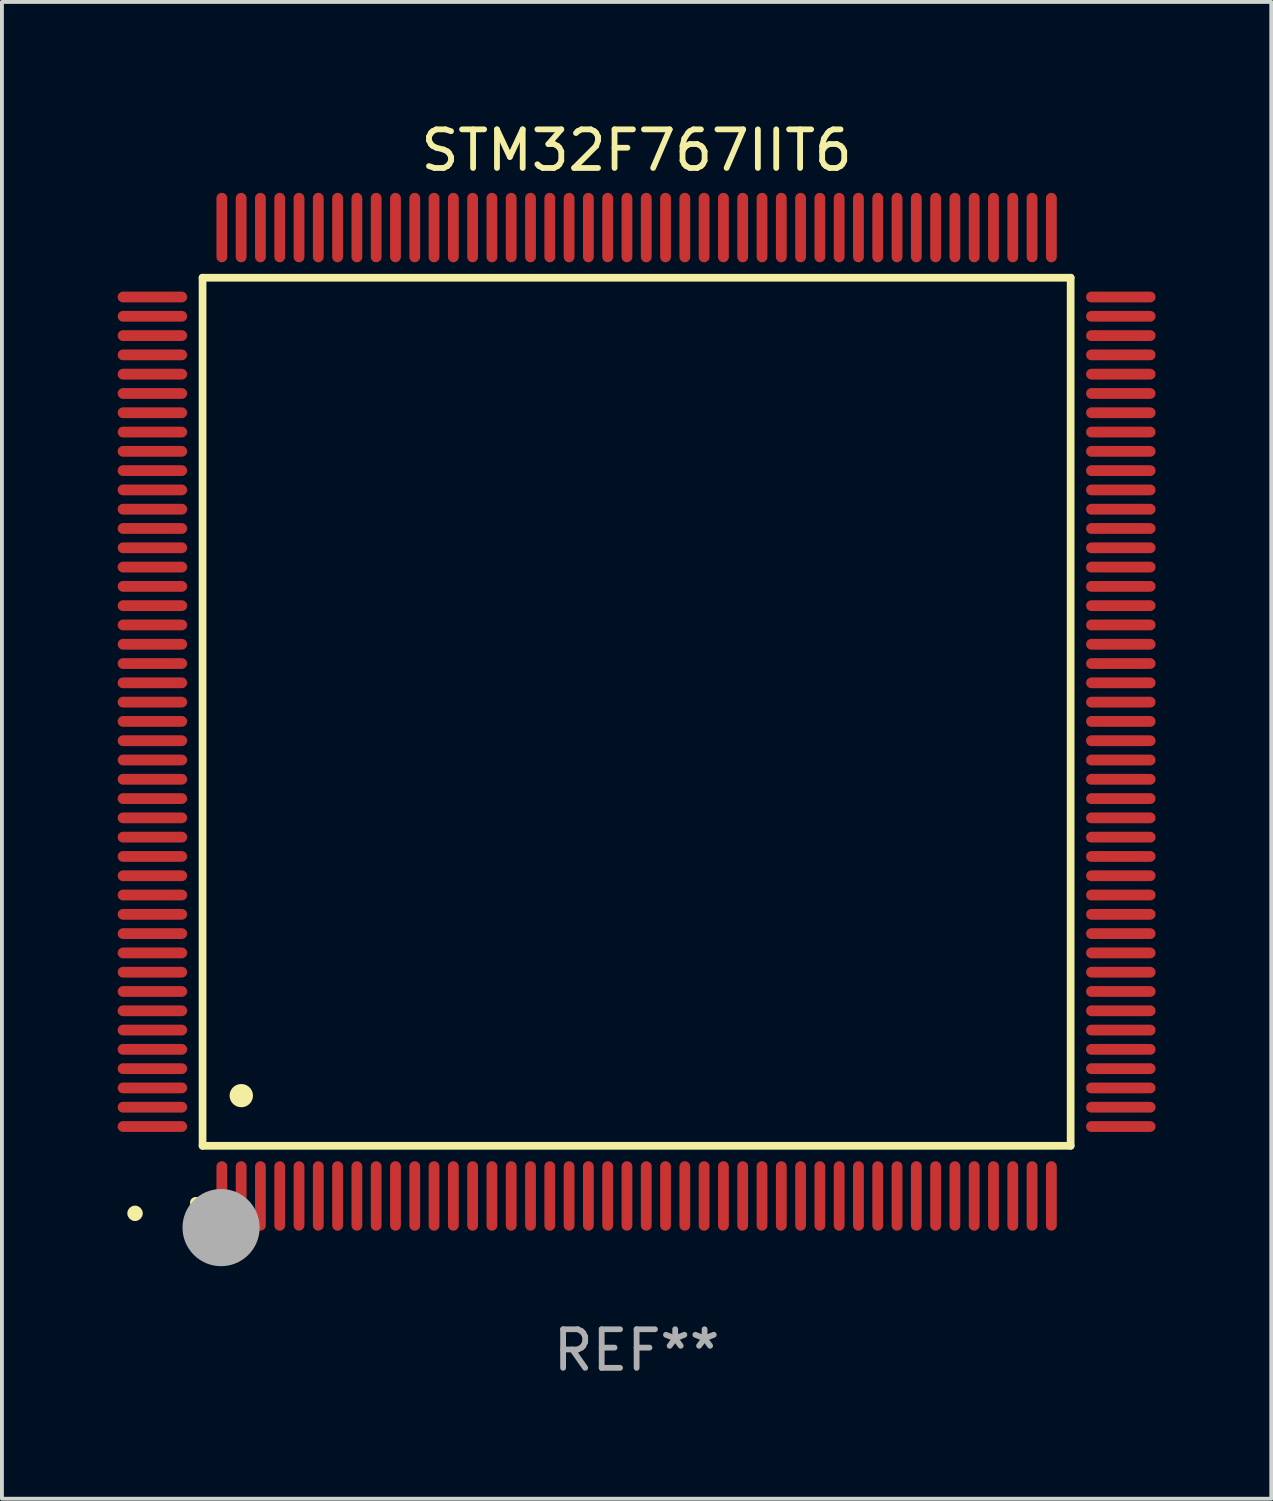
<source format=kicad_pcb>
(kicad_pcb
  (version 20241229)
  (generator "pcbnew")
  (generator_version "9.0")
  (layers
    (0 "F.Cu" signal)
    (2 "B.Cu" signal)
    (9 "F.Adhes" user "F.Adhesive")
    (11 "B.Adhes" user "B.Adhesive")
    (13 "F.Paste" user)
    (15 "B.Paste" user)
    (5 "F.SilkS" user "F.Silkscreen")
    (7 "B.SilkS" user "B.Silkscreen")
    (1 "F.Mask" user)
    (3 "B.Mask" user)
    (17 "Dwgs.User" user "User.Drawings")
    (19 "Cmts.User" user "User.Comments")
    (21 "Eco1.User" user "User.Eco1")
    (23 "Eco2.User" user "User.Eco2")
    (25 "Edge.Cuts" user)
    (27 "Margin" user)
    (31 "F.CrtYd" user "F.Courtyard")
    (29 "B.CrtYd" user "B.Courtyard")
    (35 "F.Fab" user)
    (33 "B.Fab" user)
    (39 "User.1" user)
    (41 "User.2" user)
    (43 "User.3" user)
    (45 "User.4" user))
  (footprint "STM32F767IIT6"
    (layer "F.Cu")
    (at 13.45 15.398)
    (property "Reference" "STM32F767IIT6" (at 0 -14.55 0) (layer "F.SilkS") (effects (font (size 1 1) (thickness 0.15))))
    (attr through_hole)
    (fp_line (start -11.25 -11.25) (end 11.25 -11.25) (stroke (width 0.2) (type solid)) (layer "F.SilkS"))
    (fp_line (start -11.25 11.25) (end -11.25 -11.25) (stroke (width 0.2) (type solid)) (layer "F.SilkS"))
    (fp_line (start 11.25 -11.25) (end 11.25 11.25) (stroke (width 0.2) (type solid)) (layer "F.SilkS"))
    (fp_line (start 11.25 11.25) (end -11.25 11.25) (stroke (width 0.2) (type solid)) (layer "F.SilkS"))
    (fp_arc (start -11.424943 12.725425) (mid -11.423673 12.72542) (end -11.422403 12.725425) (stroke (width 0.3) (type solid)) (layer "F.SilkS"))
    (fp_arc (start -10.24892 9.9492) (mid -10.24638 9.949189) (end -10.24384 9.9492) (stroke (width 0.6) (type solid)) (layer "F.SilkS"))
    (fp_circle (center -13 13) (end -12.9 13) (stroke (width 0.2) (type solid)) (fill no) (layer "F.SilkS"))
    (fp_circle (center -10.77 13.37) (end -10.27 13.37) (stroke (width 1) (type solid)) (fill no) (layer "F.Fab"))
    (fp_text user "REF**" (at 0 16.55 0) (layer "F.Fab") (effects (font (size 1 1) (thickness 0.15))))
    (pad "1" smd oval (at -10.75 12.55) (size 0.28 1.8) (layers "F.Cu" "F.Mask" "F.Paste"))
    (pad "2" smd oval (at -10.25 12.55) (size 0.28 1.8) (layers "F.Cu" "F.Mask" "F.Paste"))
    (pad "3" smd oval (at -9.75 12.55) (size 0.28 1.8) (layers "F.Cu" "F.Mask" "F.Paste"))
    (pad "4" smd oval (at -9.25 12.55) (size 0.28 1.8) (layers "F.Cu" "F.Mask" "F.Paste"))
    (pad "5" smd oval (at -8.75 12.55) (size 0.28 1.8) (layers "F.Cu" "F.Mask" "F.Paste"))
    (pad "6" smd oval (at -8.25 12.55) (size 0.28 1.8) (layers "F.Cu" "F.Mask" "F.Paste"))
    (pad "7" smd oval (at -7.75 12.55) (size 0.28 1.8) (layers "F.Cu" "F.Mask" "F.Paste"))
    (pad "8" smd oval (at -7.25 12.55) (size 0.28 1.8) (layers "F.Cu" "F.Mask" "F.Paste"))
    (pad "9" smd oval (at -6.75 12.55) (size 0.28 1.8) (layers "F.Cu" "F.Mask" "F.Paste"))
    (pad "10" smd oval (at -6.25 12.55) (size 0.28 1.8) (layers "F.Cu" "F.Mask" "F.Paste"))
    (pad "11" smd oval (at -5.75 12.55) (size 0.28 1.8) (layers "F.Cu" "F.Mask" "F.Paste"))
    (pad "12" smd oval (at -5.25 12.55) (size 0.28 1.8) (layers "F.Cu" "F.Mask" "F.Paste"))
    (pad "13" smd oval (at -4.75 12.55) (size 0.28 1.8) (layers "F.Cu" "F.Mask" "F.Paste"))
    (pad "14" smd oval (at -4.25 12.55) (size 0.28 1.8) (layers "F.Cu" "F.Mask" "F.Paste"))
    (pad "15" smd oval (at -3.75 12.55) (size 0.28 1.8) (layers "F.Cu" "F.Mask" "F.Paste"))
    (pad "16" smd oval (at -3.25 12.55) (size 0.28 1.8) (layers "F.Cu" "F.Mask" "F.Paste"))
    (pad "17" smd oval (at -2.75 12.55) (size 0.28 1.8) (layers "F.Cu" "F.Mask" "F.Paste"))
    (pad "18" smd oval (at -2.25 12.55) (size 0.28 1.8) (layers "F.Cu" "F.Mask" "F.Paste"))
    (pad "19" smd oval (at -1.75 12.55) (size 0.28 1.8) (layers "F.Cu" "F.Mask" "F.Paste"))
    (pad "20" smd oval (at -1.25 12.55) (size 0.28 1.8) (layers "F.Cu" "F.Mask" "F.Paste"))
    (pad "21" smd oval (at -0.75 12.55) (size 0.28 1.8) (layers "F.Cu" "F.Mask" "F.Paste"))
    (pad "22" smd oval (at -0.25 12.55) (size 0.28 1.8) (layers "F.Cu" "F.Mask" "F.Paste"))
    (pad "23" smd oval (at 0.25 12.55) (size 0.28 1.8) (layers "F.Cu" "F.Mask" "F.Paste"))
    (pad "24" smd oval (at 0.75 12.55) (size 0.28 1.8) (layers "F.Cu" "F.Mask" "F.Paste"))
    (pad "25" smd oval (at 1.25 12.55) (size 0.28 1.8) (layers "F.Cu" "F.Mask" "F.Paste"))
    (pad "26" smd oval (at 1.75 12.55) (size 0.28 1.8) (layers "F.Cu" "F.Mask" "F.Paste"))
    (pad "27" smd oval (at 2.25 12.55) (size 0.28 1.8) (layers "F.Cu" "F.Mask" "F.Paste"))
    (pad "28" smd oval (at 2.75 12.55) (size 0.28 1.8) (layers "F.Cu" "F.Mask" "F.Paste"))
    (pad "29" smd oval (at 3.25 12.55) (size 0.28 1.8) (layers "F.Cu" "F.Mask" "F.Paste"))
    (pad "30" smd oval (at 3.75 12.55) (size 0.28 1.8) (layers "F.Cu" "F.Mask" "F.Paste"))
    (pad "31" smd oval (at 4.25 12.55) (size 0.28 1.8) (layers "F.Cu" "F.Mask" "F.Paste"))
    (pad "32" smd oval (at 4.75 12.55) (size 0.28 1.8) (layers "F.Cu" "F.Mask" "F.Paste"))
    (pad "33" smd oval (at 5.25 12.55) (size 0.28 1.8) (layers "F.Cu" "F.Mask" "F.Paste"))
    (pad "34" smd oval (at 5.75 12.55) (size 0.28 1.8) (layers "F.Cu" "F.Mask" "F.Paste"))
    (pad "35" smd oval (at 6.25 12.55) (size 0.28 1.8) (layers "F.Cu" "F.Mask" "F.Paste"))
    (pad "36" smd oval (at 6.75 12.55) (size 0.28 1.8) (layers "F.Cu" "F.Mask" "F.Paste"))
    (pad "37" smd oval (at 7.25 12.55) (size 0.28 1.8) (layers "F.Cu" "F.Mask" "F.Paste"))
    (pad "38" smd oval (at 7.75 12.55) (size 0.28 1.8) (layers "F.Cu" "F.Mask" "F.Paste"))
    (pad "39" smd oval (at 8.25 12.55) (size 0.28 1.8) (layers "F.Cu" "F.Mask" "F.Paste"))
    (pad "40" smd oval (at 8.75 12.55) (size 0.28 1.8) (layers "F.Cu" "F.Mask" "F.Paste"))
    (pad "41" smd oval (at 9.25 12.55) (size 0.28 1.8) (layers "F.Cu" "F.Mask" "F.Paste"))
    (pad "42" smd oval (at 9.75 12.55) (size 0.28 1.8) (layers "F.Cu" "F.Mask" "F.Paste"))
    (pad "43" smd oval (at 10.25 12.55) (size 0.28 1.8) (layers "F.Cu" "F.Mask" "F.Paste"))
    (pad "44" smd oval (at 10.75 12.55) (size 0.28 1.8) (layers "F.Cu" "F.Mask" "F.Paste"))
    (pad "45" smd oval (at 12.55 10.75) (size 1.8 0.28) (layers "F.Cu" "F.Mask" "F.Paste"))
    (pad "46" smd oval (at 12.55 10.25) (size 1.8 0.28) (layers "F.Cu" "F.Mask" "F.Paste"))
    (pad "47" smd oval (at 12.55 9.75) (size 1.8 0.28) (layers "F.Cu" "F.Mask" "F.Paste"))
    (pad "48" smd oval (at 12.55 9.25) (size 1.8 0.28) (layers "F.Cu" "F.Mask" "F.Paste"))
    (pad "49" smd oval (at 12.55 8.75) (size 1.8 0.28) (layers "F.Cu" "F.Mask" "F.Paste"))
    (pad "50" smd oval (at 12.55 8.25) (size 1.8 0.28) (layers "F.Cu" "F.Mask" "F.Paste"))
    (pad "51" smd oval (at 12.55 7.75) (size 1.8 0.28) (layers "F.Cu" "F.Mask" "F.Paste"))
    (pad "52" smd oval (at 12.55 7.25) (size 1.8 0.28) (layers "F.Cu" "F.Mask" "F.Paste"))
    (pad "53" smd oval (at 12.55 6.75) (size 1.8 0.28) (layers "F.Cu" "F.Mask" "F.Paste"))
    (pad "54" smd oval (at 12.55 6.25) (size 1.8 0.28) (layers "F.Cu" "F.Mask" "F.Paste"))
    (pad "55" smd oval (at 12.55 5.75) (size 1.8 0.28) (layers "F.Cu" "F.Mask" "F.Paste"))
    (pad "56" smd oval (at 12.55 5.25) (size 1.8 0.28) (layers "F.Cu" "F.Mask" "F.Paste"))
    (pad "57" smd oval (at 12.55 4.75) (size 1.8 0.28) (layers "F.Cu" "F.Mask" "F.Paste"))
    (pad "58" smd oval (at 12.55 4.25) (size 1.8 0.28) (layers "F.Cu" "F.Mask" "F.Paste"))
    (pad "59" smd oval (at 12.55 3.75) (size 1.8 0.28) (layers "F.Cu" "F.Mask" "F.Paste"))
    (pad "60" smd oval (at 12.55 3.25) (size 1.8 0.28) (layers "F.Cu" "F.Mask" "F.Paste"))
    (pad "61" smd oval (at 12.55 2.75) (size 1.8 0.28) (layers "F.Cu" "F.Mask" "F.Paste"))
    (pad "62" smd oval (at 12.55 2.25) (size 1.8 0.28) (layers "F.Cu" "F.Mask" "F.Paste"))
    (pad "63" smd oval (at 12.55 1.75) (size 1.8 0.28) (layers "F.Cu" "F.Mask" "F.Paste"))
    (pad "64" smd oval (at 12.55 1.25) (size 1.8 0.28) (layers "F.Cu" "F.Mask" "F.Paste"))
    (pad "65" smd oval (at 12.55 0.75) (size 1.8 0.28) (layers "F.Cu" "F.Mask" "F.Paste"))
    (pad "66" smd oval (at 12.55 0.25) (size 1.8 0.28) (layers "F.Cu" "F.Mask" "F.Paste"))
    (pad "67" smd oval (at 12.55 -0.25) (size 1.8 0.28) (layers "F.Cu" "F.Mask" "F.Paste"))
    (pad "68" smd oval (at 12.55 -0.75) (size 1.8 0.28) (layers "F.Cu" "F.Mask" "F.Paste"))
    (pad "69" smd oval (at 12.55 -1.25) (size 1.8 0.28) (layers "F.Cu" "F.Mask" "F.Paste"))
    (pad "70" smd oval (at 12.55 -1.75) (size 1.8 0.28) (layers "F.Cu" "F.Mask" "F.Paste"))
    (pad "71" smd oval (at 12.55 -2.25) (size 1.8 0.28) (layers "F.Cu" "F.Mask" "F.Paste"))
    (pad "72" smd oval (at 12.55 -2.75) (size 1.8 0.28) (layers "F.Cu" "F.Mask" "F.Paste"))
    (pad "73" smd oval (at 12.55 -3.25) (size 1.8 0.28) (layers "F.Cu" "F.Mask" "F.Paste"))
    (pad "74" smd oval (at 12.55 -3.75) (size 1.8 0.28) (layers "F.Cu" "F.Mask" "F.Paste"))
    (pad "75" smd oval (at 12.55 -4.25) (size 1.8 0.28) (layers "F.Cu" "F.Mask" "F.Paste"))
    (pad "76" smd oval (at 12.55 -4.75) (size 1.8 0.28) (layers "F.Cu" "F.Mask" "F.Paste"))
    (pad "77" smd oval (at 12.55 -5.25) (size 1.8 0.28) (layers "F.Cu" "F.Mask" "F.Paste"))
    (pad "78" smd oval (at 12.55 -5.75) (size 1.8 0.28) (layers "F.Cu" "F.Mask" "F.Paste"))
    (pad "79" smd oval (at 12.55 -6.25) (size 1.8 0.28) (layers "F.Cu" "F.Mask" "F.Paste"))
    (pad "80" smd oval (at 12.55 -6.75) (size 1.8 0.28) (layers "F.Cu" "F.Mask" "F.Paste"))
    (pad "81" smd oval (at 12.55 -7.25) (size 1.8 0.28) (layers "F.Cu" "F.Mask" "F.Paste"))
    (pad "82" smd oval (at 12.55 -7.75) (size 1.8 0.28) (layers "F.Cu" "F.Mask" "F.Paste"))
    (pad "83" smd oval (at 12.55 -8.25) (size 1.8 0.28) (layers "F.Cu" "F.Mask" "F.Paste"))
    (pad "84" smd oval (at 12.55 -8.75) (size 1.8 0.28) (layers "F.Cu" "F.Mask" "F.Paste"))
    (pad "85" smd oval (at 12.55 -9.25) (size 1.8 0.28) (layers "F.Cu" "F.Mask" "F.Paste"))
    (pad "86" smd oval (at 12.55 -9.75) (size 1.8 0.28) (layers "F.Cu" "F.Mask" "F.Paste"))
    (pad "87" smd oval (at 12.55 -10.25) (size 1.8 0.28) (layers "F.Cu" "F.Mask" "F.Paste"))
    (pad "88" smd oval (at 12.55 -10.75) (size 1.8 0.28) (layers "F.Cu" "F.Mask" "F.Paste"))
    (pad "89" smd oval (at 10.75 -12.55) (size 0.28 1.8) (layers "F.Cu" "F.Mask" "F.Paste"))
    (pad "90" smd oval (at 10.25 -12.55) (size 0.28 1.8) (layers "F.Cu" "F.Mask" "F.Paste"))
    (pad "91" smd oval (at 9.75 -12.55) (size 0.28 1.8) (layers "F.Cu" "F.Mask" "F.Paste"))
    (pad "92" smd oval (at 9.25 -12.55) (size 0.28 1.8) (layers "F.Cu" "F.Mask" "F.Paste"))
    (pad "93" smd oval (at 8.75 -12.55) (size 0.28 1.8) (layers "F.Cu" "F.Mask" "F.Paste"))
    (pad "94" smd oval (at 8.25 -12.55) (size 0.28 1.8) (layers "F.Cu" "F.Mask" "F.Paste"))
    (pad "95" smd oval (at 7.75 -12.55) (size 0.28 1.8) (layers "F.Cu" "F.Mask" "F.Paste"))
    (pad "96" smd oval (at 7.25 -12.55) (size 0.28 1.8) (layers "F.Cu" "F.Mask" "F.Paste"))
    (pad "97" smd oval (at 6.75 -12.55) (size 0.28 1.8) (layers "F.Cu" "F.Mask" "F.Paste"))
    (pad "98" smd oval (at 6.25 -12.55) (size 0.28 1.8) (layers "F.Cu" "F.Mask" "F.Paste"))
    (pad "99" smd oval (at 5.75 -12.55) (size 0.28 1.8) (layers "F.Cu" "F.Mask" "F.Paste"))
    (pad "100" smd oval (at 5.25 -12.55) (size 0.28 1.8) (layers "F.Cu" "F.Mask" "F.Paste"))
    (pad "101" smd oval (at 4.75 -12.55) (size 0.28 1.8) (layers "F.Cu" "F.Mask" "F.Paste"))
    (pad "102" smd oval (at 4.25 -12.55) (size 0.28 1.8) (layers "F.Cu" "F.Mask" "F.Paste"))
    (pad "103" smd oval (at 3.75 -12.55) (size 0.28 1.8) (layers "F.Cu" "F.Mask" "F.Paste"))
    (pad "104" smd oval (at 3.25 -12.55) (size 0.28 1.8) (layers "F.Cu" "F.Mask" "F.Paste"))
    (pad "105" smd oval (at 2.75 -12.55) (size 0.28 1.8) (layers "F.Cu" "F.Mask" "F.Paste"))
    (pad "106" smd oval (at 2.25 -12.55) (size 0.28 1.8) (layers "F.Cu" "F.Mask" "F.Paste"))
    (pad "107" smd oval (at 1.75 -12.55) (size 0.28 1.8) (layers "F.Cu" "F.Mask" "F.Paste"))
    (pad "108" smd oval (at 1.25 -12.55) (size 0.28 1.8) (layers "F.Cu" "F.Mask" "F.Paste"))
    (pad "109" smd oval (at 0.75 -12.55) (size 0.28 1.8) (layers "F.Cu" "F.Mask" "F.Paste"))
    (pad "110" smd oval (at 0.25 -12.55) (size 0.28 1.8) (layers "F.Cu" "F.Mask" "F.Paste"))
    (pad "111" smd oval (at -0.25 -12.55) (size 0.28 1.8) (layers "F.Cu" "F.Mask" "F.Paste"))
    (pad "112" smd oval (at -0.75 -12.55) (size 0.28 1.8) (layers "F.Cu" "F.Mask" "F.Paste"))
    (pad "113" smd oval (at -1.25 -12.55) (size 0.28 1.8) (layers "F.Cu" "F.Mask" "F.Paste"))
    (pad "114" smd oval (at -1.75 -12.55) (size 0.28 1.8) (layers "F.Cu" "F.Mask" "F.Paste"))
    (pad "115" smd oval (at -2.25 -12.55) (size 0.28 1.8) (layers "F.Cu" "F.Mask" "F.Paste"))
    (pad "116" smd oval (at -2.75 -12.55) (size 0.28 1.8) (layers "F.Cu" "F.Mask" "F.Paste"))
    (pad "117" smd oval (at -3.25 -12.55) (size 0.28 1.8) (layers "F.Cu" "F.Mask" "F.Paste"))
    (pad "118" smd oval (at -3.75 -12.55) (size 0.28 1.8) (layers "F.Cu" "F.Mask" "F.Paste"))
    (pad "119" smd oval (at -4.25 -12.55) (size 0.28 1.8) (layers "F.Cu" "F.Mask" "F.Paste"))
    (pad "120" smd oval (at -4.75 -12.55) (size 0.28 1.8) (layers "F.Cu" "F.Mask" "F.Paste"))
    (pad "121" smd oval (at -5.25 -12.55) (size 0.28 1.8) (layers "F.Cu" "F.Mask" "F.Paste"))
    (pad "122" smd oval (at -5.75 -12.55) (size 0.28 1.8) (layers "F.Cu" "F.Mask" "F.Paste"))
    (pad "123" smd oval (at -6.25 -12.55) (size 0.28 1.8) (layers "F.Cu" "F.Mask" "F.Paste"))
    (pad "124" smd oval (at -6.75 -12.55) (size 0.28 1.8) (layers "F.Cu" "F.Mask" "F.Paste"))
    (pad "125" smd oval (at -7.25 -12.55) (size 0.28 1.8) (layers "F.Cu" "F.Mask" "F.Paste"))
    (pad "126" smd oval (at -7.75 -12.55) (size 0.28 1.8) (layers "F.Cu" "F.Mask" "F.Paste"))
    (pad "127" smd oval (at -8.25 -12.55) (size 0.28 1.8) (layers "F.Cu" "F.Mask" "F.Paste"))
    (pad "128" smd oval (at -8.75 -12.55) (size 0.28 1.8) (layers "F.Cu" "F.Mask" "F.Paste"))
    (pad "129" smd oval (at -9.25 -12.55) (size 0.28 1.8) (layers "F.Cu" "F.Mask" "F.Paste"))
    (pad "130" smd oval (at -9.75 -12.55) (size 0.28 1.8) (layers "F.Cu" "F.Mask" "F.Paste"))
    (pad "131" smd oval (at -10.25 -12.55) (size 0.28 1.8) (layers "F.Cu" "F.Mask" "F.Paste"))
    (pad "132" smd oval (at -10.75 -12.55) (size 0.28 1.8) (layers "F.Cu" "F.Mask" "F.Paste"))
    (pad "133" smd oval (at -12.55 -10.75) (size 1.8 0.28) (layers "F.Cu" "F.Mask" "F.Paste"))
    (pad "134" smd oval (at -12.55 -10.25) (size 1.8 0.28) (layers "F.Cu" "F.Mask" "F.Paste"))
    (pad "135" smd oval (at -12.55 -9.75) (size 1.8 0.28) (layers "F.Cu" "F.Mask" "F.Paste"))
    (pad "136" smd oval (at -12.55 -9.25) (size 1.8 0.28) (layers "F.Cu" "F.Mask" "F.Paste"))
    (pad "137" smd oval (at -12.55 -8.75) (size 1.8 0.28) (layers "F.Cu" "F.Mask" "F.Paste"))
    (pad "138" smd oval (at -12.55 -8.25) (size 1.8 0.28) (layers "F.Cu" "F.Mask" "F.Paste"))
    (pad "139" smd oval (at -12.55 -7.75) (size 1.8 0.28) (layers "F.Cu" "F.Mask" "F.Paste"))
    (pad "140" smd oval (at -12.55 -7.25) (size 1.8 0.28) (layers "F.Cu" "F.Mask" "F.Paste"))
    (pad "141" smd oval (at -12.55 -6.75) (size 1.8 0.28) (layers "F.Cu" "F.Mask" "F.Paste"))
    (pad "142" smd oval (at -12.55 -6.25) (size 1.8 0.28) (layers "F.Cu" "F.Mask" "F.Paste"))
    (pad "143" smd oval (at -12.55 -5.75) (size 1.8 0.28) (layers "F.Cu" "F.Mask" "F.Paste"))
    (pad "144" smd oval (at -12.55 -5.25) (size 1.8 0.28) (layers "F.Cu" "F.Mask" "F.Paste"))
    (pad "145" smd oval (at -12.55 -4.75) (size 1.8 0.28) (layers "F.Cu" "F.Mask" "F.Paste"))
    (pad "146" smd oval (at -12.55 -4.25) (size 1.8 0.28) (layers "F.Cu" "F.Mask" "F.Paste"))
    (pad "147" smd oval (at -12.55 -3.75) (size 1.8 0.28) (layers "F.Cu" "F.Mask" "F.Paste"))
    (pad "148" smd oval (at -12.55 -3.25) (size 1.8 0.28) (layers "F.Cu" "F.Mask" "F.Paste"))
    (pad "149" smd oval (at -12.55 -2.75) (size 1.8 0.28) (layers "F.Cu" "F.Mask" "F.Paste"))
    (pad "150" smd oval (at -12.55 -2.25) (size 1.8 0.28) (layers "F.Cu" "F.Mask" "F.Paste"))
    (pad "151" smd oval (at -12.55 -1.75) (size 1.8 0.28) (layers "F.Cu" "F.Mask" "F.Paste"))
    (pad "152" smd oval (at -12.55 -1.25) (size 1.8 0.28) (layers "F.Cu" "F.Mask" "F.Paste"))
    (pad "153" smd oval (at -12.55 -0.75) (size 1.8 0.28) (layers "F.Cu" "F.Mask" "F.Paste"))
    (pad "154" smd oval (at -12.55 -0.25) (size 1.8 0.28) (layers "F.Cu" "F.Mask" "F.Paste"))
    (pad "155" smd oval (at -12.55 0.25) (size 1.8 0.28) (layers "F.Cu" "F.Mask" "F.Paste"))
    (pad "156" smd oval (at -12.55 0.75) (size 1.8 0.28) (layers "F.Cu" "F.Mask" "F.Paste"))
    (pad "157" smd oval (at -12.55 1.25) (size 1.8 0.28) (layers "F.Cu" "F.Mask" "F.Paste"))
    (pad "158" smd oval (at -12.55 1.75) (size 1.8 0.28) (layers "F.Cu" "F.Mask" "F.Paste"))
    (pad "159" smd oval (at -12.55 2.25) (size 1.8 0.28) (layers "F.Cu" "F.Mask" "F.Paste"))
    (pad "160" smd oval (at -12.55 2.75) (size 1.8 0.28) (layers "F.Cu" "F.Mask" "F.Paste"))
    (pad "161" smd oval (at -12.55 3.25) (size 1.8 0.28) (layers "F.Cu" "F.Mask" "F.Paste"))
    (pad "162" smd oval (at -12.55 3.75) (size 1.8 0.28) (layers "F.Cu" "F.Mask" "F.Paste"))
    (pad "163" smd oval (at -12.55 4.25) (size 1.8 0.28) (layers "F.Cu" "F.Mask" "F.Paste"))
    (pad "164" smd oval (at -12.55 4.75) (size 1.8 0.28) (layers "F.Cu" "F.Mask" "F.Paste"))
    (pad "165" smd oval (at -12.55 5.25) (size 1.8 0.28) (layers "F.Cu" "F.Mask" "F.Paste"))
    (pad "166" smd oval (at -12.55 5.75) (size 1.8 0.28) (layers "F.Cu" "F.Mask" "F.Paste"))
    (pad "167" smd oval (at -12.55 6.25) (size 1.8 0.28) (layers "F.Cu" "F.Mask" "F.Paste"))
    (pad "168" smd oval (at -12.55 6.75) (size 1.8 0.28) (layers "F.Cu" "F.Mask" "F.Paste"))
    (pad "169" smd oval (at -12.55 7.25) (size 1.8 0.28) (layers "F.Cu" "F.Mask" "F.Paste"))
    (pad "170" smd oval (at -12.55 7.75) (size 1.8 0.28) (layers "F.Cu" "F.Mask" "F.Paste"))
    (pad "171" smd oval (at -12.55 8.25) (size 1.8 0.28) (layers "F.Cu" "F.Mask" "F.Paste"))
    (pad "172" smd oval (at -12.55 8.75) (size 1.8 0.28) (layers "F.Cu" "F.Mask" "F.Paste"))
    (pad "173" smd oval (at -12.55 9.25) (size 1.8 0.28) (layers "F.Cu" "F.Mask" "F.Paste"))
    (pad "174" smd oval (at -12.55 9.75) (size 1.8 0.28) (layers "F.Cu" "F.Mask" "F.Paste"))
    (pad "175" smd oval (at -12.55 10.25) (size 1.8 0.28) (layers "F.Cu" "F.Mask" "F.Paste"))
    (pad "176" smd oval (at -12.55 10.75) (size 1.8 0.28) (layers "F.Cu" "F.Mask" "F.Paste")))
  (gr_rect
    (start -3 -3)
    (end 29.9 35.796)
    (stroke (width 0.1) (type default))
    (fill no)
    (layer "Edge.Cuts")))
</source>
